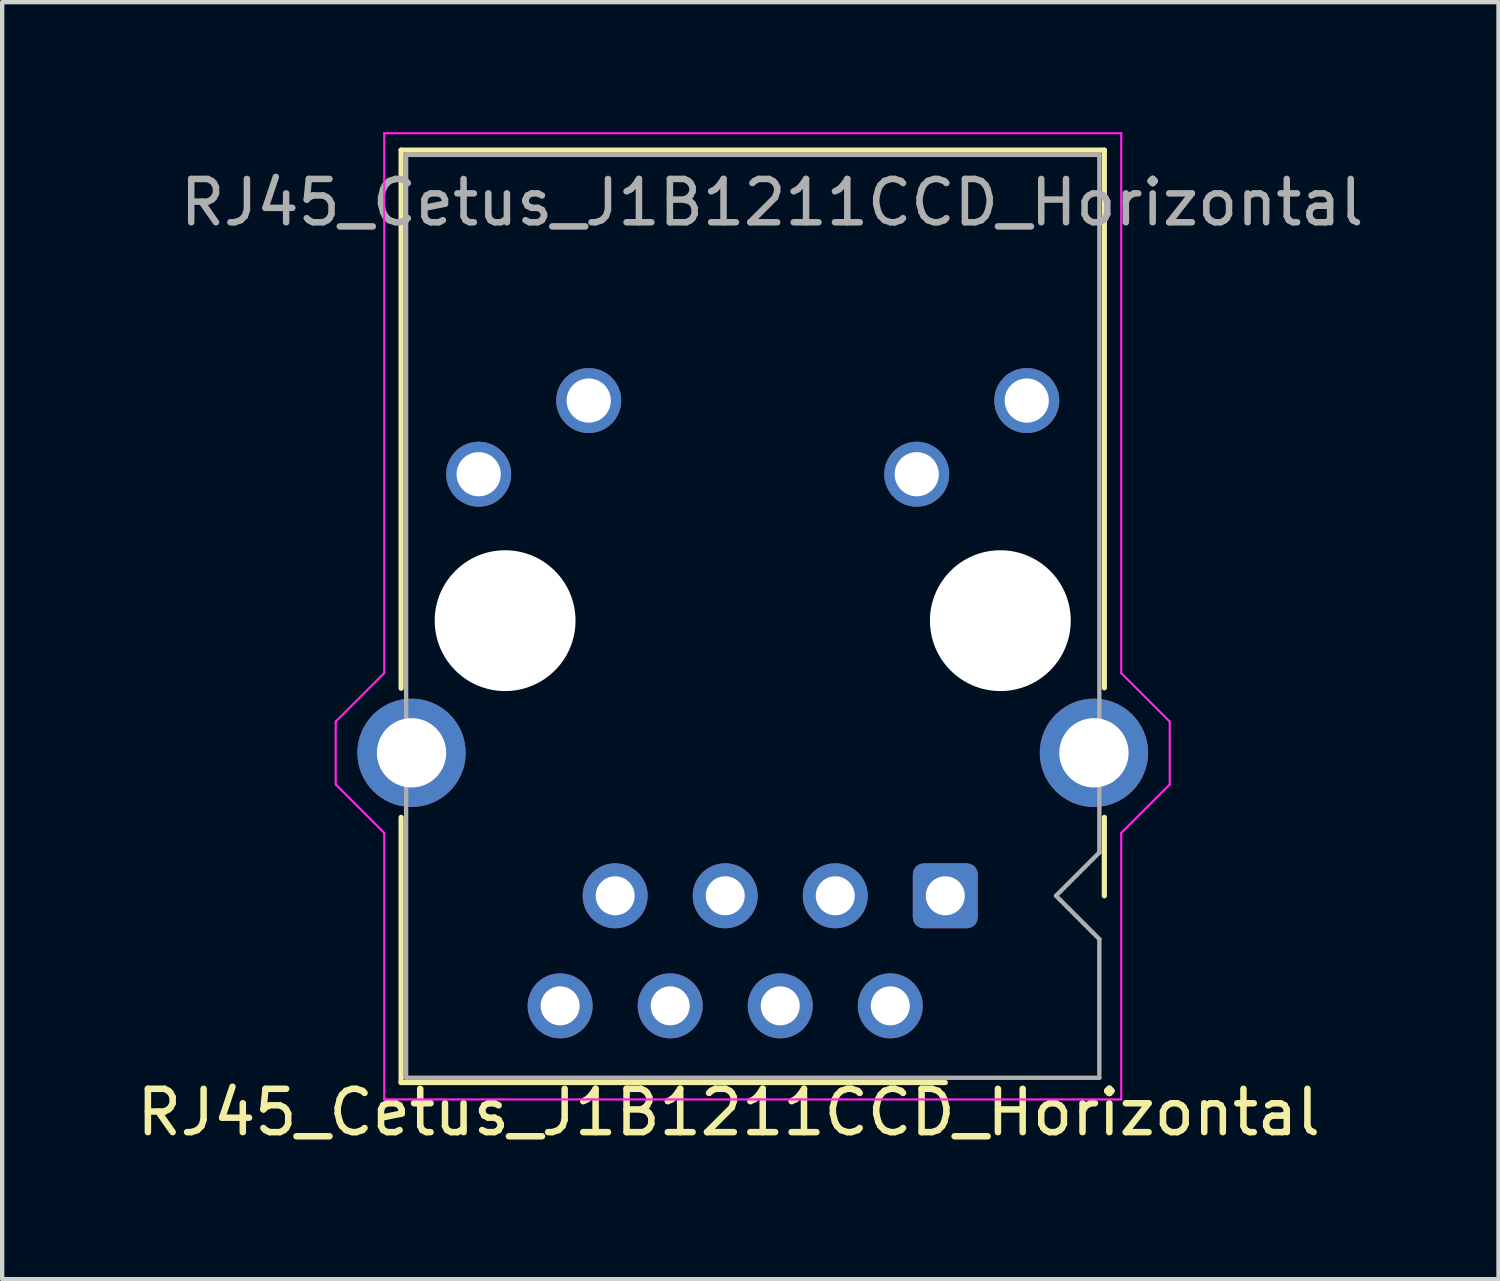
<source format=kicad_pcb>
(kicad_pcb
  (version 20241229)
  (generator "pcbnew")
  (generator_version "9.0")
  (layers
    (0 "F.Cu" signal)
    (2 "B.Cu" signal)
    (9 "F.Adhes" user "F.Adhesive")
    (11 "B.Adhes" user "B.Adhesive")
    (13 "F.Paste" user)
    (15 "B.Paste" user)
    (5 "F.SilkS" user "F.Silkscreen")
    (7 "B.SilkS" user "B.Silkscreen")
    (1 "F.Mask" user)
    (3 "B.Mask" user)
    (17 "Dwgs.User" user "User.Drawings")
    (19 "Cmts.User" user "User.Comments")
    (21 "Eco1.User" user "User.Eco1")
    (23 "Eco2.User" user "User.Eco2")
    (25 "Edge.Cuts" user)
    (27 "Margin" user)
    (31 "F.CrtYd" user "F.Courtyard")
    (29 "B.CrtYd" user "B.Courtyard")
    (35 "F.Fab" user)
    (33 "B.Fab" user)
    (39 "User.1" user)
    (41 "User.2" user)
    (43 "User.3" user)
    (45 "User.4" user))
  (footprint "RJ45_Cetus_J1B1211CCD_Horizontal"
    (layer "F.Cu")
    (at 18.768 17.625)
    (property "Reference" "RJ45_Cetus_J1B1211CCD_Horizontal" (at -5 5 180) (layer "F.SilkS") (effects (font (size 1 1) (thickness 0.15))))
    (attr through_hole)
    (fp_line (start -12.56 -17.21) (end 3.67 -17.21) (stroke (width 0.12) (type solid)) (layer "F.SilkS"))
    (fp_line (start -12.56 -4.79) (end -12.56 -17.21) (stroke (width 0.12) (type solid)) (layer "F.SilkS"))
    (fp_line (start -12.56 4.31) (end -12.56 -1.81) (stroke (width 0.12) (type solid)) (layer "F.SilkS"))
    (fp_line (start 0 4.31) (end -12.56 4.31) (stroke (width 0.12) (type solid)) (layer "F.SilkS"))
    (fp_line (start 3.67 -4.8) (end 3.67 -17.21) (stroke (width 0.12) (type solid)) (layer "F.SilkS"))
    (fp_line (start 3.67 0) (end 3.67 -1.81) (stroke (width 0.12) (type solid)) (layer "F.SilkS"))
    (fp_line (start -14.07 -4.02) (end -14.07 -2.57) (stroke (width 0.05) (type solid)) (layer "F.CrtYd"))
    (fp_line (start -14.07 -4.02) (end -12.95 -5.14) (stroke (width 0.05) (type solid)) (layer "F.CrtYd"))
    (fp_line (start -12.95 -5.14) (end -12.95 -17.6) (stroke (width 0.05) (type solid)) (layer "F.CrtYd"))
    (fp_line (start -12.95 -1.45) (end -14.07 -2.57) (stroke (width 0.05) (type solid)) (layer "F.CrtYd"))
    (fp_line (start -12.95 -1.45) (end -12.95 4.7) (stroke (width 0.05) (type solid)) (layer "F.CrtYd"))
    (fp_line (start 4.06 -17.6) (end -12.95 -17.6) (stroke (width 0.05) (type solid)) (layer "F.CrtYd"))
    (fp_line (start 4.06 -5.14) (end 4.06 -17.6) (stroke (width 0.05) (type solid)) (layer "F.CrtYd"))
    (fp_line (start 4.06 -1.45) (end 4.06 4.7) (stroke (width 0.05) (type solid)) (layer "F.CrtYd"))
    (fp_line (start 4.06 -1.45) (end 5.18 -2.57) (stroke (width 0.05) (type solid)) (layer "F.CrtYd"))
    (fp_line (start 4.06 4.7) (end -12.95 4.7) (stroke (width 0.05) (type solid)) (layer "F.CrtYd"))
    (fp_line (start 5.18 -4.02) (end 4.06 -5.14) (stroke (width 0.05) (type solid)) (layer "F.CrtYd"))
    (fp_line (start 5.18 -4.02) (end 5.18 -2.57) (stroke (width 0.05) (type solid)) (layer "F.CrtYd"))
    (fp_line (start -12.445 4.2) (end -12.445 -17.1) (stroke (width 0.1) (type solid)) (layer "F.Fab"))
    (fp_line (start 2.555 0) (end 3.555 -1) (stroke (width 0.1) (type solid)) (layer "F.Fab"))
    (fp_line (start 2.555 0) (end 3.555 1) (stroke (width 0.1) (type solid)) (layer "F.Fab"))
    (fp_line (start 3.555 -17.1) (end -12.445 -17.1) (stroke (width 0.1) (type solid)) (layer "F.Fab"))
    (fp_line (start 3.555 -1) (end 3.555 -17.1) (stroke (width 0.1) (type solid)) (layer "F.Fab"))
    (fp_line (start 3.555 4.2) (end -12.445 4.2) (stroke (width 0.1) (type solid)) (layer "F.Fab"))
    (fp_line (start 3.555 4.2) (end 3.555 1) (stroke (width 0.1) (type solid)) (layer "F.Fab"))
    (fp_text user "${REFERENCE}" (at -4 -16 180) (layer "F.Fab") (effects (font (size 1 1) (thickness 0.15))))
    (pad "" np_thru_hole circle (at -10.16 -6.35 180) (size 3.25 3.25) (drill 3.25) (layers "*.Cu" "*.Mask"))
    (pad "" np_thru_hole circle (at 1.27 -6.35 180) (size 3.25 3.25) (drill 3.25) (layers "*.Cu" "*.Mask"))
    (pad "1" thru_hole roundrect (at 0 0 180) (size 1.5 1.5) (drill 0.9) (layers "*.Cu" "*.Mask") (roundrect_rratio 0.167))
    (pad "2" thru_hole circle (at -1.27 2.54 180) (size 1.5 1.5) (drill 0.9) (layers "*.Cu" "*.Mask"))
    (pad "3" thru_hole circle (at -2.54 0 180) (size 1.5 1.5) (drill 0.9) (layers "*.Cu" "*.Mask"))
    (pad "4" thru_hole circle (at -3.81 2.54 180) (size 1.5 1.5) (drill 0.9) (layers "*.Cu" "*.Mask"))
    (pad "5" thru_hole circle (at -5.08 0 180) (size 1.5 1.5) (drill 0.9) (layers "*.Cu" "*.Mask"))
    (pad "6" thru_hole circle (at -6.35 2.54 180) (size 1.5 1.5) (drill 0.9) (layers "*.Cu" "*.Mask"))
    (pad "7" thru_hole circle (at -7.62 0 180) (size 1.5 1.5) (drill 0.9) (layers "*.Cu" "*.Mask"))
    (pad "8" thru_hole circle (at -8.89 2.54 180) (size 1.5 1.5) (drill 0.9) (layers "*.Cu" "*.Mask"))
    (pad "9" thru_hole circle (at 1.88 -11.43 180) (size 1.5 1.5) (drill 1.02) (layers "*.Cu" "*.Mask"))
    (pad "10" thru_hole circle (at -0.66 -9.73 180) (size 1.5 1.5) (drill 1.02) (layers "*.Cu" "*.Mask"))
    (pad "11" thru_hole circle (at -8.23 -11.43 180) (size 1.5 1.5) (drill 1.02) (layers "*.Cu" "*.Mask"))
    (pad "12" thru_hole circle (at -10.77 -9.73 180) (size 1.5 1.5) (drill 1.02) (layers "*.Cu" "*.Mask"))
    (pad "13" thru_hole circle (at -12.32 -3.3 180) (size 2.5 2.5) (drill 1.6) (layers "*.Cu" "*.Mask"))
    (pad "13" thru_hole circle (at 3.43 -3.3 180) (size 2.5 2.5) (drill 1.6) (layers "*.Cu" "*.Mask")))
  (gr_rect
    (start -3 -3)
    (end 31.536 26.473)
    (stroke (width 0.1) (type default))
    (fill no)
    (layer "Edge.Cuts")))
</source>
